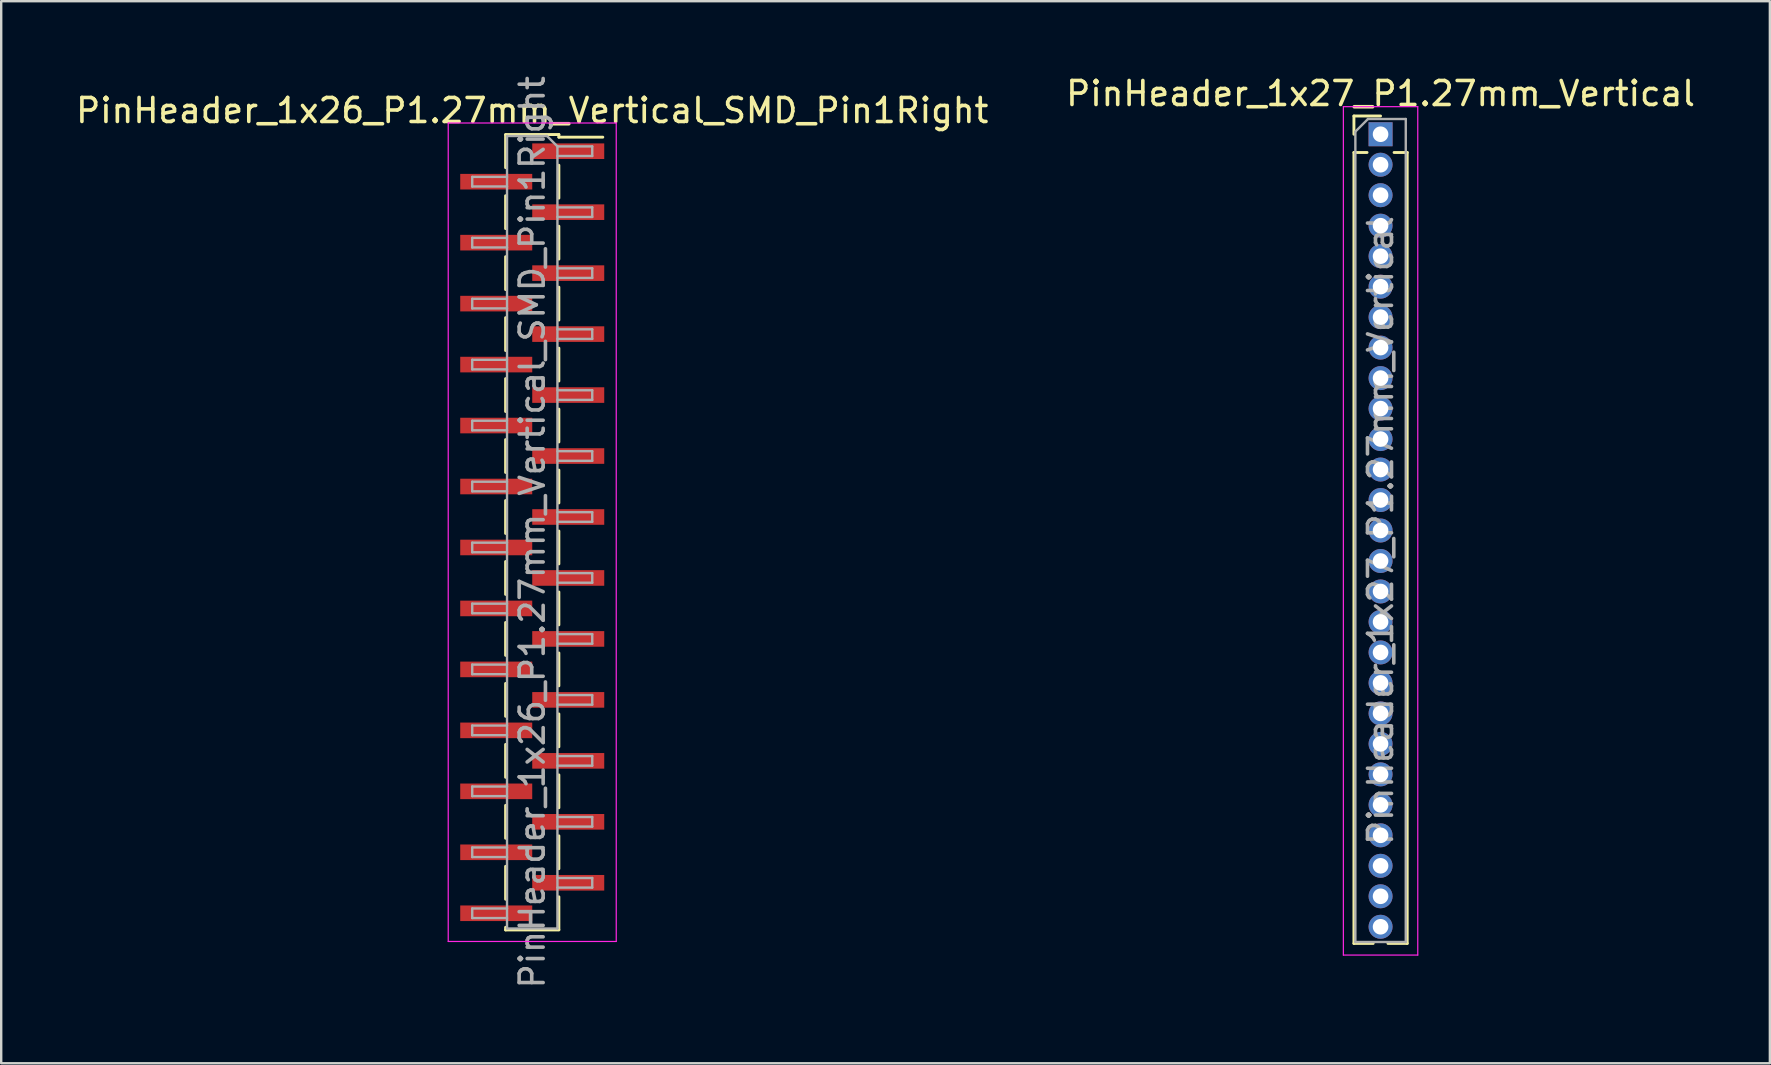
<source format=kicad_pcb>
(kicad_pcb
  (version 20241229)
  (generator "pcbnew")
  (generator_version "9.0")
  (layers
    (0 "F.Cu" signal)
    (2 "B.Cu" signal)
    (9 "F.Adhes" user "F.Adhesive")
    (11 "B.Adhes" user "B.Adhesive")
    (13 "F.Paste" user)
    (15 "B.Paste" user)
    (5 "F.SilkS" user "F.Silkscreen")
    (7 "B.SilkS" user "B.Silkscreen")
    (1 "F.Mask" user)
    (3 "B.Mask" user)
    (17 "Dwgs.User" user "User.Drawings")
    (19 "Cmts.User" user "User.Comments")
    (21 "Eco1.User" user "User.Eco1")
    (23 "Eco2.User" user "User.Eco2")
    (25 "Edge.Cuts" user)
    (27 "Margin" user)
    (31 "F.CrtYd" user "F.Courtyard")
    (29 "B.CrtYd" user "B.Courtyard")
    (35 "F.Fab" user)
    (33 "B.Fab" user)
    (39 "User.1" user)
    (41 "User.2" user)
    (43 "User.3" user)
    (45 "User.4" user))
  (footprint "PinHeader_1x27_P1.27mm_Vertical"
    (layer "F.Cu")
    (at 54.47 2.543)
    (property "Reference" "PinHeader_1x27_P1.27mm_Vertical" (at 0 -1.695 0) (layer "F.SilkS") (effects (font (size 1 1) (thickness 0.15))))
    (attr through_hole)
    (fp_line (start -1.11 -0.76) (end 0 -0.76) (stroke (width 0.12) (type solid)) (layer "F.SilkS"))
    (fp_line (start -1.11 0) (end -1.11 -0.76) (stroke (width 0.12) (type solid)) (layer "F.SilkS"))
    (fp_line (start -1.11 0.76) (end -1.11 33.715) (stroke (width 0.12) (type solid)) (layer "F.SilkS"))
    (fp_line (start -1.11 0.76) (end -0.563 0.76) (stroke (width 0.12) (type solid)) (layer "F.SilkS"))
    (fp_line (start -1.11 33.715) (end -0.308 33.715) (stroke (width 0.12) (type solid)) (layer "F.SilkS"))
    (fp_line (start 0.308 33.715) (end 1.11 33.715) (stroke (width 0.12) (type solid)) (layer "F.SilkS"))
    (fp_line (start 0.563 0.76) (end 1.11 0.76) (stroke (width 0.12) (type solid)) (layer "F.SilkS"))
    (fp_line (start 1.11 0.76) (end 1.11 33.715) (stroke (width 0.12) (type solid)) (layer "F.SilkS"))
    (fp_line (start -1.55 -1.15) (end -1.55 34.2) (stroke (width 0.05) (type solid)) (layer "F.CrtYd"))
    (fp_line (start -1.55 34.2) (end 1.55 34.2) (stroke (width 0.05) (type solid)) (layer "F.CrtYd"))
    (fp_line (start 1.55 -1.15) (end -1.55 -1.15) (stroke (width 0.05) (type solid)) (layer "F.CrtYd"))
    (fp_line (start 1.55 34.2) (end 1.55 -1.15) (stroke (width 0.05) (type solid)) (layer "F.CrtYd"))
    (fp_line (start -1.05 -0.11) (end -0.525 -0.635) (stroke (width 0.1) (type solid)) (layer "F.Fab"))
    (fp_line (start -1.05 33.655) (end -1.05 -0.11) (stroke (width 0.1) (type solid)) (layer "F.Fab"))
    (fp_line (start -0.525 -0.635) (end 1.05 -0.635) (stroke (width 0.1) (type solid)) (layer "F.Fab"))
    (fp_line (start 1.05 -0.635) (end 1.05 33.655) (stroke (width 0.1) (type solid)) (layer "F.Fab"))
    (fp_line (start 1.05 33.655) (end -1.05 33.655) (stroke (width 0.1) (type solid)) (layer "F.Fab"))
    (fp_text user "${REFERENCE}" (at 0 16.51 90) (layer "F.Fab") (effects (font (size 1 1) (thickness 0.15))))
    (pad "1" thru_hole rect (at 0 0) (size 1 1) (drill 0.65) (layers "*.Cu" "*.Mask"))
    (pad "2" thru_hole oval (at 0 1.27) (size 1 1) (drill 0.65) (layers "*.Cu" "*.Mask"))
    (pad "3" thru_hole oval (at 0 2.54) (size 1 1) (drill 0.65) (layers "*.Cu" "*.Mask"))
    (pad "4" thru_hole oval (at 0 3.81) (size 1 1) (drill 0.65) (layers "*.Cu" "*.Mask"))
    (pad "5" thru_hole oval (at 0 5.08) (size 1 1) (drill 0.65) (layers "*.Cu" "*.Mask"))
    (pad "6" thru_hole oval (at 0 6.35) (size 1 1) (drill 0.65) (layers "*.Cu" "*.Mask"))
    (pad "7" thru_hole oval (at 0 7.62) (size 1 1) (drill 0.65) (layers "*.Cu" "*.Mask"))
    (pad "8" thru_hole oval (at 0 8.89) (size 1 1) (drill 0.65) (layers "*.Cu" "*.Mask"))
    (pad "9" thru_hole oval (at 0 10.16) (size 1 1) (drill 0.65) (layers "*.Cu" "*.Mask"))
    (pad "10" thru_hole oval (at 0 11.43) (size 1 1) (drill 0.65) (layers "*.Cu" "*.Mask"))
    (pad "11" thru_hole oval (at 0 12.7) (size 1 1) (drill 0.65) (layers "*.Cu" "*.Mask"))
    (pad "12" thru_hole oval (at 0 13.97) (size 1 1) (drill 0.65) (layers "*.Cu" "*.Mask"))
    (pad "13" thru_hole oval (at 0 15.24) (size 1 1) (drill 0.65) (layers "*.Cu" "*.Mask"))
    (pad "14" thru_hole oval (at 0 16.51) (size 1 1) (drill 0.65) (layers "*.Cu" "*.Mask"))
    (pad "15" thru_hole oval (at 0 17.78) (size 1 1) (drill 0.65) (layers "*.Cu" "*.Mask"))
    (pad "16" thru_hole oval (at 0 19.05) (size 1 1) (drill 0.65) (layers "*.Cu" "*.Mask"))
    (pad "17" thru_hole oval (at 0 20.32) (size 1 1) (drill 0.65) (layers "*.Cu" "*.Mask"))
    (pad "18" thru_hole oval (at 0 21.59) (size 1 1) (drill 0.65) (layers "*.Cu" "*.Mask"))
    (pad "19" thru_hole oval (at 0 22.86) (size 1 1) (drill 0.65) (layers "*.Cu" "*.Mask"))
    (pad "20" thru_hole oval (at 0 24.13) (size 1 1) (drill 0.65) (layers "*.Cu" "*.Mask"))
    (pad "21" thru_hole oval (at 0 25.4) (size 1 1) (drill 0.65) (layers "*.Cu" "*.Mask"))
    (pad "22" thru_hole oval (at 0 26.67) (size 1 1) (drill 0.65) (layers "*.Cu" "*.Mask"))
    (pad "23" thru_hole oval (at 0 27.94) (size 1 1) (drill 0.65) (layers "*.Cu" "*.Mask"))
    (pad "24" thru_hole oval (at 0 29.21) (size 1 1) (drill 0.65) (layers "*.Cu" "*.Mask"))
    (pad "25" thru_hole oval (at 0 30.48) (size 1 1) (drill 0.65) (layers "*.Cu" "*.Mask"))
    (pad "26" thru_hole oval (at 0 31.75) (size 1 1) (drill 0.65) (layers "*.Cu" "*.Mask"))
    (pad "27" thru_hole oval (at 0 33.02) (size 1 1) (drill 0.65) (layers "*.Cu" "*.Mask")))
  (footprint "PinHeader_1x26_P1.27mm_Vertical_SMD_Pin1Right"
    (layer "F.Cu")
    (at 19.125 19.125)
    (property "Reference" "PinHeader_1x26_P1.27mm_Vertical_SMD_Pin1Right" (at 0 -17.57 0) (layer "F.SilkS") (effects (font (size 1 1) (thickness 0.15))))
    (attr smd)
    (fp_line (start -1.11 -16.57) (end 1.11 -16.57) (stroke (width 0.12) (type solid)) (layer "F.SilkS"))
    (fp_line (start -1.11 -16.56) (end -1.11 -15.19) (stroke (width 0.12) (type solid)) (layer "F.SilkS"))
    (fp_line (start -1.11 -14.02) (end -1.11 -12.65) (stroke (width 0.12) (type solid)) (layer "F.SilkS"))
    (fp_line (start -1.11 -11.48) (end -1.11 -10.11) (stroke (width 0.12) (type solid)) (layer "F.SilkS"))
    (fp_line (start -1.11 -8.94) (end -1.11 -7.57) (stroke (width 0.12) (type solid)) (layer "F.SilkS"))
    (fp_line (start -1.11 -6.4) (end -1.11 -5.03) (stroke (width 0.12) (type solid)) (layer "F.SilkS"))
    (fp_line (start -1.11 -3.86) (end -1.11 -2.49) (stroke (width 0.12) (type solid)) (layer "F.SilkS"))
    (fp_line (start -1.11 -1.32) (end -1.11 0.05) (stroke (width 0.12) (type solid)) (layer "F.SilkS"))
    (fp_line (start -1.11 1.22) (end -1.11 2.59) (stroke (width 0.12) (type solid)) (layer "F.SilkS"))
    (fp_line (start -1.11 3.76) (end -1.11 5.13) (stroke (width 0.12) (type solid)) (layer "F.SilkS"))
    (fp_line (start -1.11 6.3) (end -1.11 7.67) (stroke (width 0.12) (type solid)) (layer "F.SilkS"))
    (fp_line (start -1.11 8.84) (end -1.11 10.21) (stroke (width 0.12) (type solid)) (layer "F.SilkS"))
    (fp_line (start -1.11 11.38) (end -1.11 12.75) (stroke (width 0.12) (type solid)) (layer "F.SilkS"))
    (fp_line (start -1.11 13.92) (end -1.11 15.29) (stroke (width 0.12) (type solid)) (layer "F.SilkS"))
    (fp_line (start -1.11 16.46) (end -1.11 16.57) (stroke (width 0.12) (type solid)) (layer "F.SilkS"))
    (fp_line (start -1.11 16.57) (end 1.11 16.57) (stroke (width 0.12) (type solid)) (layer "F.SilkS"))
    (fp_line (start 1.11 -16.57) (end 1.11 -16.46) (stroke (width 0.12) (type solid)) (layer "F.SilkS"))
    (fp_line (start 1.11 -16.46) (end 2.94 -16.46) (stroke (width 0.12) (type solid)) (layer "F.SilkS"))
    (fp_line (start 1.11 -15.29) (end 1.11 -13.92) (stroke (width 0.12) (type solid)) (layer "F.SilkS"))
    (fp_line (start 1.11 -12.75) (end 1.11 -11.38) (stroke (width 0.12) (type solid)) (layer "F.SilkS"))
    (fp_line (start 1.11 -10.21) (end 1.11 -8.84) (stroke (width 0.12) (type solid)) (layer "F.SilkS"))
    (fp_line (start 1.11 -7.67) (end 1.11 -6.3) (stroke (width 0.12) (type solid)) (layer "F.SilkS"))
    (fp_line (start 1.11 -5.13) (end 1.11 -3.76) (stroke (width 0.12) (type solid)) (layer "F.SilkS"))
    (fp_line (start 1.11 -2.59) (end 1.11 -1.22) (stroke (width 0.12) (type solid)) (layer "F.SilkS"))
    (fp_line (start 1.11 -0.05) (end 1.11 1.32) (stroke (width 0.12) (type solid)) (layer "F.SilkS"))
    (fp_line (start 1.11 2.49) (end 1.11 3.86) (stroke (width 0.12) (type solid)) (layer "F.SilkS"))
    (fp_line (start 1.11 5.03) (end 1.11 6.4) (stroke (width 0.12) (type solid)) (layer "F.SilkS"))
    (fp_line (start 1.11 7.57) (end 1.11 8.94) (stroke (width 0.12) (type solid)) (layer "F.SilkS"))
    (fp_line (start 1.11 10.11) (end 1.11 11.48) (stroke (width 0.12) (type solid)) (layer "F.SilkS"))
    (fp_line (start 1.11 12.65) (end 1.11 14.02) (stroke (width 0.12) (type solid)) (layer "F.SilkS"))
    (fp_line (start 1.11 15.19) (end 1.11 16.56) (stroke (width 0.12) (type solid)) (layer "F.SilkS"))
    (fp_line (start -3.5 -17.05) (end -3.5 17.05) (stroke (width 0.05) (type solid)) (layer "F.CrtYd"))
    (fp_line (start -3.5 17.05) (end 3.5 17.05) (stroke (width 0.05) (type solid)) (layer "F.CrtYd"))
    (fp_line (start 3.5 -17.05) (end -3.5 -17.05) (stroke (width 0.05) (type solid)) (layer "F.CrtYd"))
    (fp_line (start 3.5 17.05) (end 3.5 -17.05) (stroke (width 0.05) (type solid)) (layer "F.CrtYd"))
    (fp_line (start -2.5 -14.805) (end -2.5 -14.405) (stroke (width 0.1) (type solid)) (layer "F.Fab"))
    (fp_line (start -2.5 -14.405) (end -1.05 -14.405) (stroke (width 0.1) (type solid)) (layer "F.Fab"))
    (fp_line (start -2.5 -12.265) (end -2.5 -11.865) (stroke (width 0.1) (type solid)) (layer "F.Fab"))
    (fp_line (start -2.5 -11.865) (end -1.05 -11.865) (stroke (width 0.1) (type solid)) (layer "F.Fab"))
    (fp_line (start -2.5 -9.725) (end -2.5 -9.325) (stroke (width 0.1) (type solid)) (layer "F.Fab"))
    (fp_line (start -2.5 -9.325) (end -1.05 -9.325) (stroke (width 0.1) (type solid)) (layer "F.Fab"))
    (fp_line (start -2.5 -7.185) (end -2.5 -6.785) (stroke (width 0.1) (type solid)) (layer "F.Fab"))
    (fp_line (start -2.5 -6.785) (end -1.05 -6.785) (stroke (width 0.1) (type solid)) (layer "F.Fab"))
    (fp_line (start -2.5 -4.645) (end -2.5 -4.245) (stroke (width 0.1) (type solid)) (layer "F.Fab"))
    (fp_line (start -2.5 -4.245) (end -1.05 -4.245) (stroke (width 0.1) (type solid)) (layer "F.Fab"))
    (fp_line (start -2.5 -2.105) (end -2.5 -1.705) (stroke (width 0.1) (type solid)) (layer "F.Fab"))
    (fp_line (start -2.5 -1.705) (end -1.05 -1.705) (stroke (width 0.1) (type solid)) (layer "F.Fab"))
    (fp_line (start -2.5 0.435) (end -2.5 0.835) (stroke (width 0.1) (type solid)) (layer "F.Fab"))
    (fp_line (start -2.5 0.835) (end -1.05 0.835) (stroke (width 0.1) (type solid)) (layer "F.Fab"))
    (fp_line (start -2.5 2.975) (end -2.5 3.375) (stroke (width 0.1) (type solid)) (layer "F.Fab"))
    (fp_line (start -2.5 3.375) (end -1.05 3.375) (stroke (width 0.1) (type solid)) (layer "F.Fab"))
    (fp_line (start -2.5 5.515) (end -2.5 5.915) (stroke (width 0.1) (type solid)) (layer "F.Fab"))
    (fp_line (start -2.5 5.915) (end -1.05 5.915) (stroke (width 0.1) (type solid)) (layer "F.Fab"))
    (fp_line (start -2.5 8.055) (end -2.5 8.455) (stroke (width 0.1) (type solid)) (layer "F.Fab"))
    (fp_line (start -2.5 8.455) (end -1.05 8.455) (stroke (width 0.1) (type solid)) (layer "F.Fab"))
    (fp_line (start -2.5 10.595) (end -2.5 10.995) (stroke (width 0.1) (type solid)) (layer "F.Fab"))
    (fp_line (start -2.5 10.995) (end -1.05 10.995) (stroke (width 0.1) (type solid)) (layer "F.Fab"))
    (fp_line (start -2.5 13.135) (end -2.5 13.535) (stroke (width 0.1) (type solid)) (layer "F.Fab"))
    (fp_line (start -2.5 13.535) (end -1.05 13.535) (stroke (width 0.1) (type solid)) (layer "F.Fab"))
    (fp_line (start -2.5 15.675) (end -2.5 16.075) (stroke (width 0.1) (type solid)) (layer "F.Fab"))
    (fp_line (start -2.5 16.075) (end -1.05 16.075) (stroke (width 0.1) (type solid)) (layer "F.Fab"))
    (fp_line (start -1.05 -16.51) (end -1.05 16.51) (stroke (width 0.1) (type solid)) (layer "F.Fab"))
    (fp_line (start -1.05 -16.51) (end 0.615 -16.51) (stroke (width 0.1) (type solid)) (layer "F.Fab"))
    (fp_line (start -1.05 -14.805) (end -2.5 -14.805) (stroke (width 0.1) (type solid)) (layer "F.Fab"))
    (fp_line (start -1.05 -12.265) (end -2.5 -12.265) (stroke (width 0.1) (type solid)) (layer "F.Fab"))
    (fp_line (start -1.05 -9.725) (end -2.5 -9.725) (stroke (width 0.1) (type solid)) (layer "F.Fab"))
    (fp_line (start -1.05 -7.185) (end -2.5 -7.185) (stroke (width 0.1) (type solid)) (layer "F.Fab"))
    (fp_line (start -1.05 -4.645) (end -2.5 -4.645) (stroke (width 0.1) (type solid)) (layer "F.Fab"))
    (fp_line (start -1.05 -2.105) (end -2.5 -2.105) (stroke (width 0.1) (type solid)) (layer "F.Fab"))
    (fp_line (start -1.05 0.435) (end -2.5 0.435) (stroke (width 0.1) (type solid)) (layer "F.Fab"))
    (fp_line (start -1.05 2.975) (end -2.5 2.975) (stroke (width 0.1) (type solid)) (layer "F.Fab"))
    (fp_line (start -1.05 5.515) (end -2.5 5.515) (stroke (width 0.1) (type solid)) (layer "F.Fab"))
    (fp_line (start -1.05 8.055) (end -2.5 8.055) (stroke (width 0.1) (type solid)) (layer "F.Fab"))
    (fp_line (start -1.05 10.595) (end -2.5 10.595) (stroke (width 0.1) (type solid)) (layer "F.Fab"))
    (fp_line (start -1.05 13.135) (end -2.5 13.135) (stroke (width 0.1) (type solid)) (layer "F.Fab"))
    (fp_line (start -1.05 15.675) (end -2.5 15.675) (stroke (width 0.1) (type solid)) (layer "F.Fab"))
    (fp_line (start 1.05 -16.075) (end 0.615 -16.51) (stroke (width 0.1) (type solid)) (layer "F.Fab"))
    (fp_line (start 1.05 -16.075) (end 2.5 -16.075) (stroke (width 0.1) (type solid)) (layer "F.Fab"))
    (fp_line (start 1.05 -13.535) (end 2.5 -13.535) (stroke (width 0.1) (type solid)) (layer "F.Fab"))
    (fp_line (start 1.05 -10.995) (end 2.5 -10.995) (stroke (width 0.1) (type solid)) (layer "F.Fab"))
    (fp_line (start 1.05 -8.455) (end 2.5 -8.455) (stroke (width 0.1) (type solid)) (layer "F.Fab"))
    (fp_line (start 1.05 -5.915) (end 2.5 -5.915) (stroke (width 0.1) (type solid)) (layer "F.Fab"))
    (fp_line (start 1.05 -3.375) (end 2.5 -3.375) (stroke (width 0.1) (type solid)) (layer "F.Fab"))
    (fp_line (start 1.05 -0.835) (end 2.5 -0.835) (stroke (width 0.1) (type solid)) (layer "F.Fab"))
    (fp_line (start 1.05 1.705) (end 2.5 1.705) (stroke (width 0.1) (type solid)) (layer "F.Fab"))
    (fp_line (start 1.05 4.245) (end 2.5 4.245) (stroke (width 0.1) (type solid)) (layer "F.Fab"))
    (fp_line (start 1.05 6.785) (end 2.5 6.785) (stroke (width 0.1) (type solid)) (layer "F.Fab"))
    (fp_line (start 1.05 9.325) (end 2.5 9.325) (stroke (width 0.1) (type solid)) (layer "F.Fab"))
    (fp_line (start 1.05 11.865) (end 2.5 11.865) (stroke (width 0.1) (type solid)) (layer "F.Fab"))
    (fp_line (start 1.05 14.405) (end 2.5 14.405) (stroke (width 0.1) (type solid)) (layer "F.Fab"))
    (fp_line (start 1.05 16.51) (end -1.05 16.51) (stroke (width 0.1) (type solid)) (layer "F.Fab"))
    (fp_line (start 1.05 16.51) (end 1.05 -16.075) (stroke (width 0.1) (type solid)) (layer "F.Fab"))
    (fp_line (start 2.5 -16.075) (end 2.5 -15.675) (stroke (width 0.1) (type solid)) (layer "F.Fab"))
    (fp_line (start 2.5 -15.675) (end 1.05 -15.675) (stroke (width 0.1) (type solid)) (layer "F.Fab"))
    (fp_line (start 2.5 -13.535) (end 2.5 -13.135) (stroke (width 0.1) (type solid)) (layer "F.Fab"))
    (fp_line (start 2.5 -13.135) (end 1.05 -13.135) (stroke (width 0.1) (type solid)) (layer "F.Fab"))
    (fp_line (start 2.5 -10.995) (end 2.5 -10.595) (stroke (width 0.1) (type solid)) (layer "F.Fab"))
    (fp_line (start 2.5 -10.595) (end 1.05 -10.595) (stroke (width 0.1) (type solid)) (layer "F.Fab"))
    (fp_line (start 2.5 -8.455) (end 2.5 -8.055) (stroke (width 0.1) (type solid)) (layer "F.Fab"))
    (fp_line (start 2.5 -8.055) (end 1.05 -8.055) (stroke (width 0.1) (type solid)) (layer "F.Fab"))
    (fp_line (start 2.5 -5.915) (end 2.5 -5.515) (stroke (width 0.1) (type solid)) (layer "F.Fab"))
    (fp_line (start 2.5 -5.515) (end 1.05 -5.515) (stroke (width 0.1) (type solid)) (layer "F.Fab"))
    (fp_line (start 2.5 -3.375) (end 2.5 -2.975) (stroke (width 0.1) (type solid)) (layer "F.Fab"))
    (fp_line (start 2.5 -2.975) (end 1.05 -2.975) (stroke (width 0.1) (type solid)) (layer "F.Fab"))
    (fp_line (start 2.5 -0.835) (end 2.5 -0.435) (stroke (width 0.1) (type solid)) (layer "F.Fab"))
    (fp_line (start 2.5 -0.435) (end 1.05 -0.435) (stroke (width 0.1) (type solid)) (layer "F.Fab"))
    (fp_line (start 2.5 1.705) (end 2.5 2.105) (stroke (width 0.1) (type solid)) (layer "F.Fab"))
    (fp_line (start 2.5 2.105) (end 1.05 2.105) (stroke (width 0.1) (type solid)) (layer "F.Fab"))
    (fp_line (start 2.5 4.245) (end 2.5 4.645) (stroke (width 0.1) (type solid)) (layer "F.Fab"))
    (fp_line (start 2.5 4.645) (end 1.05 4.645) (stroke (width 0.1) (type solid)) (layer "F.Fab"))
    (fp_line (start 2.5 6.785) (end 2.5 7.185) (stroke (width 0.1) (type solid)) (layer "F.Fab"))
    (fp_line (start 2.5 7.185) (end 1.05 7.185) (stroke (width 0.1) (type solid)) (layer "F.Fab"))
    (fp_line (start 2.5 9.325) (end 2.5 9.725) (stroke (width 0.1) (type solid)) (layer "F.Fab"))
    (fp_line (start 2.5 9.725) (end 1.05 9.725) (stroke (width 0.1) (type solid)) (layer "F.Fab"))
    (fp_line (start 2.5 11.865) (end 2.5 12.265) (stroke (width 0.1) (type solid)) (layer "F.Fab"))
    (fp_line (start 2.5 12.265) (end 1.05 12.265) (stroke (width 0.1) (type solid)) (layer "F.Fab"))
    (fp_line (start 2.5 14.405) (end 2.5 14.805) (stroke (width 0.1) (type solid)) (layer "F.Fab"))
    (fp_line (start 2.5 14.805) (end 1.05 14.805) (stroke (width 0.1) (type solid)) (layer "F.Fab"))
    (fp_text user "${REFERENCE}" (at 0 0 90) (layer "F.Fab") (effects (font (size 1 1) (thickness 0.15))))
    (pad "1" smd rect (at 1.5 -15.875) (size 3 0.65) (layers "F.Cu" "F.Mask" "F.Paste"))
    (pad "2" smd rect (at -1.5 -14.605) (size 3 0.65) (layers "F.Cu" "F.Mask" "F.Paste"))
    (pad "3" smd rect (at 1.5 -13.335) (size 3 0.65) (layers "F.Cu" "F.Mask" "F.Paste"))
    (pad "4" smd rect (at -1.5 -12.065) (size 3 0.65) (layers "F.Cu" "F.Mask" "F.Paste"))
    (pad "5" smd rect (at 1.5 -10.795) (size 3 0.65) (layers "F.Cu" "F.Mask" "F.Paste"))
    (pad "6" smd rect (at -1.5 -9.525) (size 3 0.65) (layers "F.Cu" "F.Mask" "F.Paste"))
    (pad "7" smd rect (at 1.5 -8.255) (size 3 0.65) (layers "F.Cu" "F.Mask" "F.Paste"))
    (pad "8" smd rect (at -1.5 -6.985) (size 3 0.65) (layers "F.Cu" "F.Mask" "F.Paste"))
    (pad "9" smd rect (at 1.5 -5.715) (size 3 0.65) (layers "F.Cu" "F.Mask" "F.Paste"))
    (pad "10" smd rect (at -1.5 -4.445) (size 3 0.65) (layers "F.Cu" "F.Mask" "F.Paste"))
    (pad "11" smd rect (at 1.5 -3.175) (size 3 0.65) (layers "F.Cu" "F.Mask" "F.Paste"))
    (pad "12" smd rect (at -1.5 -1.905) (size 3 0.65) (layers "F.Cu" "F.Mask" "F.Paste"))
    (pad "13" smd rect (at 1.5 -0.635) (size 3 0.65) (layers "F.Cu" "F.Mask" "F.Paste"))
    (pad "14" smd rect (at -1.5 0.635) (size 3 0.65) (layers "F.Cu" "F.Mask" "F.Paste"))
    (pad "15" smd rect (at 1.5 1.905) (size 3 0.65) (layers "F.Cu" "F.Mask" "F.Paste"))
    (pad "16" smd rect (at -1.5 3.175) (size 3 0.65) (layers "F.Cu" "F.Mask" "F.Paste"))
    (pad "17" smd rect (at 1.5 4.445) (size 3 0.65) (layers "F.Cu" "F.Mask" "F.Paste"))
    (pad "18" smd rect (at -1.5 5.715) (size 3 0.65) (layers "F.Cu" "F.Mask" "F.Paste"))
    (pad "19" smd rect (at 1.5 6.985) (size 3 0.65) (layers "F.Cu" "F.Mask" "F.Paste"))
    (pad "20" smd rect (at -1.5 8.255) (size 3 0.65) (layers "F.Cu" "F.Mask" "F.Paste"))
    (pad "21" smd rect (at 1.5 9.525) (size 3 0.65) (layers "F.Cu" "F.Mask" "F.Paste"))
    (pad "22" smd rect (at -1.5 10.795) (size 3 0.65) (layers "F.Cu" "F.Mask" "F.Paste"))
    (pad "23" smd rect (at 1.5 12.065) (size 3 0.65) (layers "F.Cu" "F.Mask" "F.Paste"))
    (pad "24" smd rect (at -1.5 13.335) (size 3 0.65) (layers "F.Cu" "F.Mask" "F.Paste"))
    (pad "25" smd rect (at 1.5 14.605) (size 3 0.65) (layers "F.Cu" "F.Mask" "F.Paste"))
    (pad "26" smd rect (at -1.5 15.875) (size 3 0.65) (layers "F.Cu" "F.Mask" "F.Paste")))
  (gr_rect
    (start -3 -3)
    (end 70.69 41.25)
    (stroke (width 0.1) (type default))
    (fill no)
    (layer "Edge.Cuts")))
</source>
